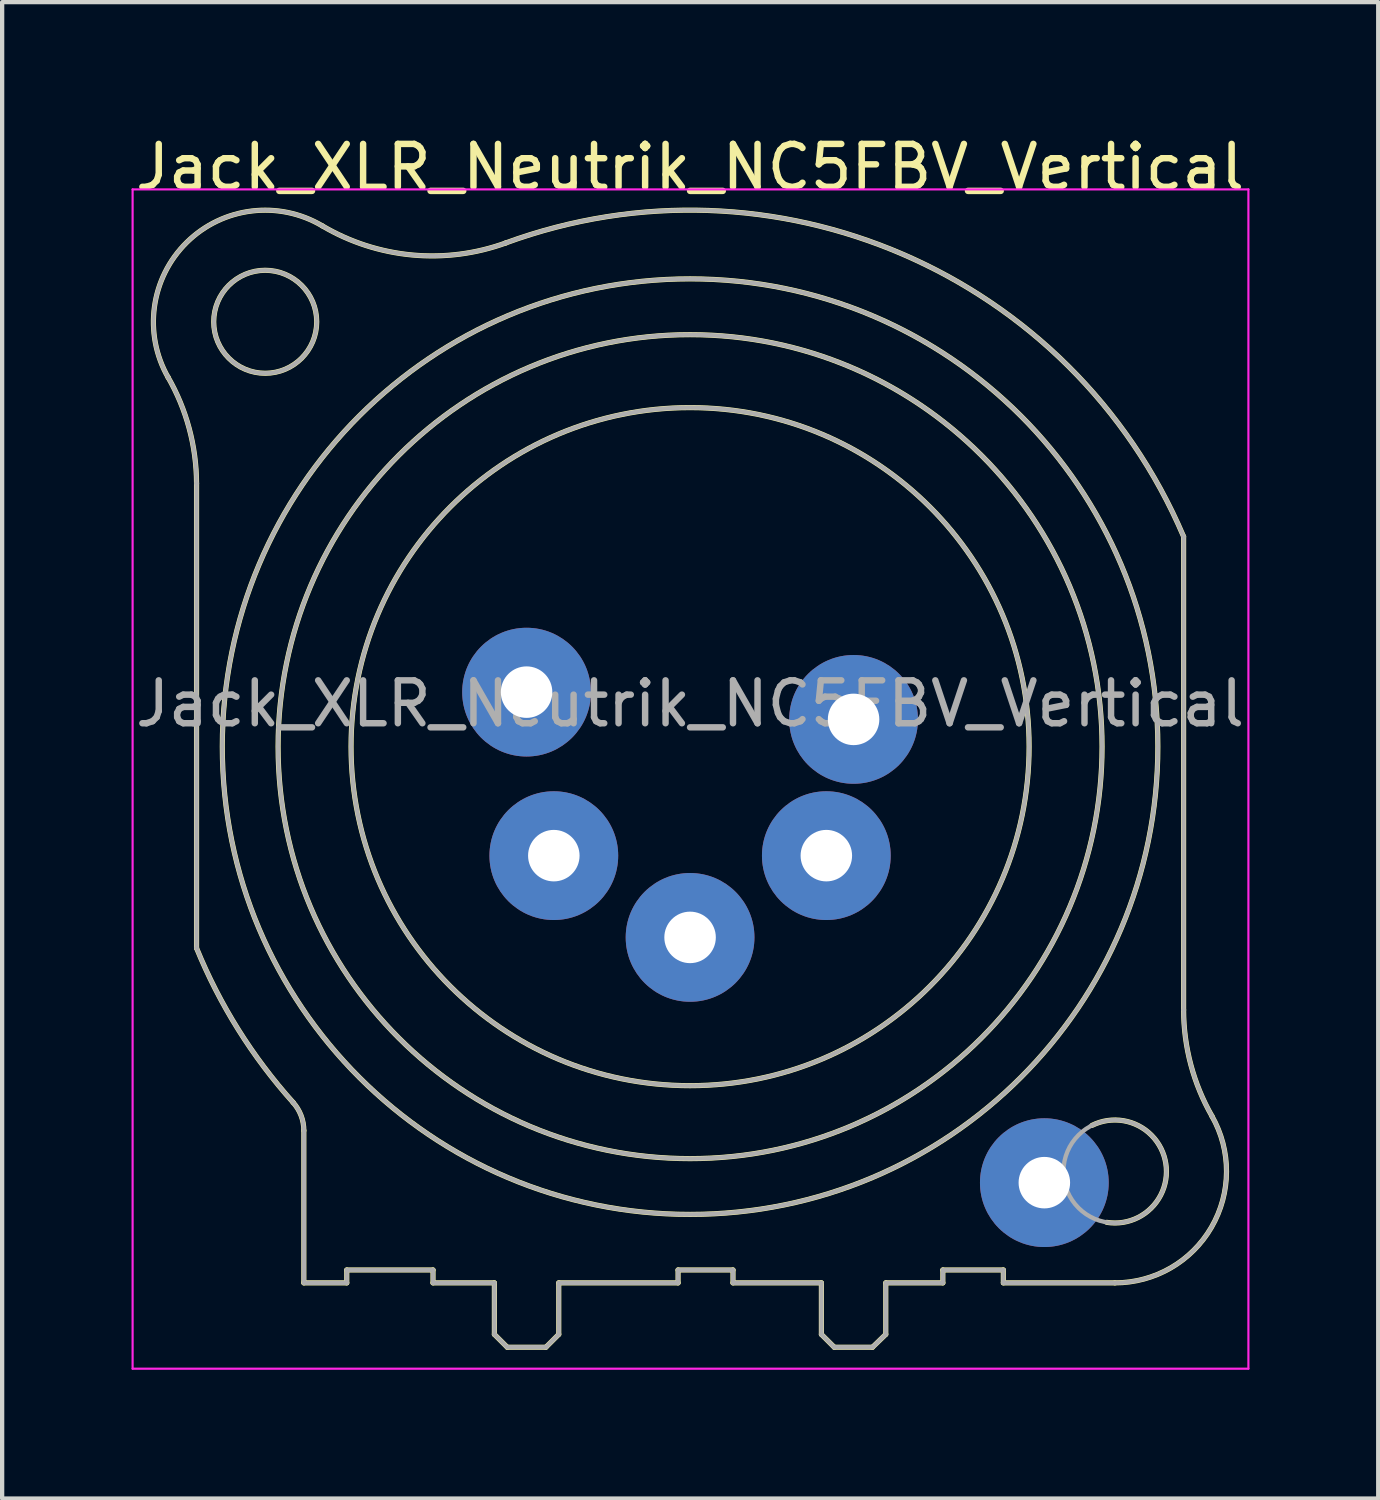
<source format=kicad_pcb>
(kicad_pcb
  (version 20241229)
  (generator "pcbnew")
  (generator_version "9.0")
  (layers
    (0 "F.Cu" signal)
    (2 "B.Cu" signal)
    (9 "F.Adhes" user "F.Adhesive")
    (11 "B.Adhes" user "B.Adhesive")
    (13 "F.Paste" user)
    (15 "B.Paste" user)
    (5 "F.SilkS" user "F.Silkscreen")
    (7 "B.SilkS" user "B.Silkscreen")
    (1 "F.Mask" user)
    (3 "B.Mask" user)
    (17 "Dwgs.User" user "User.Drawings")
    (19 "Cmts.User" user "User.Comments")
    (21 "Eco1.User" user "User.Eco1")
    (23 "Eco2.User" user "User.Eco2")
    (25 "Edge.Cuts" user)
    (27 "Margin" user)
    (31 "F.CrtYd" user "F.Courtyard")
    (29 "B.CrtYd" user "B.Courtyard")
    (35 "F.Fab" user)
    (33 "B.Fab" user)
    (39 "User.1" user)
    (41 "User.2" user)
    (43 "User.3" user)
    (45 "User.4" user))
  (footprint "Jack_XLR_Neutrik_NC5FBV_Vertical"
    (layer "F.Cu")
    (at 16.84 13.713)
    (property "Reference" "Jack_XLR_Neutrik_NC5FBV_Vertical" (at -3.81 -12.865 0) (layer "F.SilkS") (effects (font (size 1 1) (thickness 0.15))))
    (attr through_hole)
    (fp_line (start -15.31 -5.5) (end -15.31 5.33) (stroke (width 0.12) (type solid)) (layer "F.SilkS"))
    (fp_line (start -12.81 9.58) (end -12.81 13.13) (stroke (width 0.12) (type solid)) (layer "F.SilkS"))
    (fp_line (start -11.81 12.83) (end -11.81 13.13) (stroke (width 0.12) (type solid)) (layer "F.SilkS"))
    (fp_line (start -11.81 12.83) (end -9.8 12.83) (stroke (width 0.12) (type solid)) (layer "F.SilkS"))
    (fp_line (start -11.81 13.13) (end -12.81 13.13) (stroke (width 0.12) (type solid)) (layer "F.SilkS"))
    (fp_line (start -9.8 12.83) (end -9.8 13.13) (stroke (width 0.12) (type solid)) (layer "F.SilkS"))
    (fp_line (start -8.37 13.13) (end -9.8 13.13) (stroke (width 0.12) (type solid)) (layer "F.SilkS"))
    (fp_line (start -8.37 13.13) (end -8.37 14.33) (stroke (width 0.12) (type solid)) (layer "F.SilkS"))
    (fp_line (start -8.37 14.33) (end -8.07 14.63) (stroke (width 0.12) (type solid)) (layer "F.SilkS"))
    (fp_line (start -8.07 14.63) (end -7.17 14.63) (stroke (width 0.12) (type solid)) (layer "F.SilkS"))
    (fp_line (start -6.87 13.13) (end -6.87 14.33) (stroke (width 0.12) (type solid)) (layer "F.SilkS"))
    (fp_line (start -6.87 14.33) (end -7.17 14.63) (stroke (width 0.12) (type solid)) (layer "F.SilkS"))
    (fp_line (start -4.09 12.83) (end -4.09 13.13) (stroke (width 0.12) (type solid)) (layer "F.SilkS"))
    (fp_line (start -4.09 12.83) (end -2.81 12.83) (stroke (width 0.12) (type solid)) (layer "F.SilkS"))
    (fp_line (start -4.09 13.13) (end -6.87 13.13) (stroke (width 0.12) (type solid)) (layer "F.SilkS"))
    (fp_line (start -2.81 12.83) (end -2.81 13.13) (stroke (width 0.12) (type solid)) (layer "F.SilkS"))
    (fp_line (start -0.75 13.13) (end -2.81 13.13) (stroke (width 0.12) (type solid)) (layer "F.SilkS"))
    (fp_line (start -0.75 13.13) (end -0.75 14.33) (stroke (width 0.12) (type solid)) (layer "F.SilkS"))
    (fp_line (start -0.75 14.33) (end -0.45 14.63) (stroke (width 0.12) (type solid)) (layer "F.SilkS"))
    (fp_line (start -0.45 14.63) (end 0.44 14.63) (stroke (width 0.12) (type solid)) (layer "F.SilkS"))
    (fp_line (start 0.75 13.13) (end 0.75 14.33) (stroke (width 0.12) (type solid)) (layer "F.SilkS"))
    (fp_line (start 0.75 14.33) (end 0.44 14.63) (stroke (width 0.12) (type solid)) (layer "F.SilkS"))
    (fp_line (start 2.08 12.83) (end 2.08 13.13) (stroke (width 0.12) (type solid)) (layer "F.SilkS"))
    (fp_line (start 2.08 12.83) (end 3.49 12.83) (stroke (width 0.12) (type solid)) (layer "F.SilkS"))
    (fp_line (start 2.08 13.13) (end 0.75 13.13) (stroke (width 0.12) (type solid)) (layer "F.SilkS"))
    (fp_line (start 3.49 12.83) (end 3.49 13.13) (stroke (width 0.12) (type solid)) (layer "F.SilkS"))
    (fp_line (start 6.09 13.13) (end 3.49 13.13) (stroke (width 0.12) (type solid)) (layer "F.SilkS"))
    (fp_line (start 7.69 6.77) (end 7.69 -4.26) (stroke (width 0.12) (type solid)) (layer "F.SilkS"))
    (fp_arc (start -15.978065 -7.979621) (mid -15.482459 -6.783342) (end -15.31 -5.5) (stroke (width 0.12) (type solid)) (layer "F.SilkS"))
    (fp_arc (start -15.970602 -7.965327) (mid -15.537562 -11.11648) (end -12.38 -11.5) (stroke (width 0.12) (type solid)) (layer "F.SilkS"))
    (fp_arc (start -13.064011 8.921714) (mid -12.875705 9.227203) (end -12.81 9.58) (stroke (width 0.12) (type solid)) (layer "F.SilkS"))
    (fp_arc (start -13.054249 8.9318) (mid -14.337308 7.228089) (end -15.31 5.33) (stroke (width 0.12) (type solid)) (layer "F.SilkS"))
    (fp_arc (start -8.116912 -11.097925) (mid 1.152301 -10.83612) (end 7.69 -4.26) (stroke (width 0.12) (type solid)) (layer "F.SilkS"))
    (fp_arc (start -8.098974 -11.103419) (mid -10.283992 -10.821287) (end -12.38 -11.5) (stroke (width 0.12) (type solid)) (layer "F.SilkS"))
    (fp_arc (start 5.554673 9.460872) (mid 7.276356 10.353655) (end 5.9 11.72) (stroke (width 0.12) (type solid)) (layer "F.SilkS"))
    (fp_arc (start 8.348442 9.241807) (mid 8.338255 11.83589) (end 6.09 13.13) (stroke (width 0.12) (type solid)) (layer "F.SilkS"))
    (fp_arc (start 8.351797 9.24598) (mid 7.859562 8.051113) (end 7.69 6.77) (stroke (width 0.12) (type solid)) (layer "F.SilkS"))
    (fp_circle (center -13.71 -9.265) (end -12.51 -9.265) (stroke (width 0.12) (type solid)) (fill no) (layer "F.SilkS"))
    (fp_circle (center -3.81 0.635) (end 4.09 0.635) (stroke (width 0.12) (type solid)) (fill no) (layer "F.SilkS"))
    (fp_circle (center -3.81 0.635) (end 5.79 0.635) (stroke (width 0.12) (type solid)) (fill no) (layer "F.SilkS"))
    (fp_circle (center -3.81 0.635) (end 7.09 0.635) (stroke (width 0.12) (type solid)) (fill no) (layer "F.SilkS"))
    (fp_line (start -16.8 -12.35) (end 9.2 -12.35) (stroke (width 0.05) (type solid)) (layer "F.CrtYd"))
    (fp_line (start -16.8 15.13) (end -16.8 -12.35) (stroke (width 0.05) (type solid)) (layer "F.CrtYd"))
    (fp_line (start 9.2 -12.35) (end 9.2 15.13) (stroke (width 0.05) (type solid)) (layer "F.CrtYd"))
    (fp_line (start 9.2 15.13) (end -16.8 15.13) (stroke (width 0.05) (type solid)) (layer "F.CrtYd"))
    (fp_line (start -15.31 -5.5) (end -15.31 5.33) (stroke (width 0.1) (type solid)) (layer "F.Fab"))
    (fp_line (start -12.81 9.58) (end -12.81 13.13) (stroke (width 0.1) (type solid)) (layer "F.Fab"))
    (fp_line (start -11.81 12.83) (end -11.81 13.13) (stroke (width 0.1) (type solid)) (layer "F.Fab"))
    (fp_line (start -11.81 12.83) (end -9.8 12.83) (stroke (width 0.1) (type solid)) (layer "F.Fab"))
    (fp_line (start -11.81 13.13) (end -12.81 13.13) (stroke (width 0.1) (type solid)) (layer "F.Fab"))
    (fp_line (start -9.8 12.83) (end -9.8 13.13) (stroke (width 0.1) (type solid)) (layer "F.Fab"))
    (fp_line (start -8.37 13.13) (end -9.8 13.13) (stroke (width 0.1) (type solid)) (layer "F.Fab"))
    (fp_line (start -8.37 13.13) (end -8.37 14.33) (stroke (width 0.1) (type solid)) (layer "F.Fab"))
    (fp_line (start -8.37 14.33) (end -8.07 14.63) (stroke (width 0.1) (type solid)) (layer "F.Fab"))
    (fp_line (start -8.07 14.63) (end -7.17 14.63) (stroke (width 0.1) (type solid)) (layer "F.Fab"))
    (fp_line (start -6.87 13.13) (end -6.87 14.33) (stroke (width 0.1) (type solid)) (layer "F.Fab"))
    (fp_line (start -6.87 14.33) (end -7.17 14.63) (stroke (width 0.1) (type solid)) (layer "F.Fab"))
    (fp_line (start -4.09 12.83) (end -4.09 13.13) (stroke (width 0.1) (type solid)) (layer "F.Fab"))
    (fp_line (start -4.09 12.83) (end -2.81 12.83) (stroke (width 0.1) (type solid)) (layer "F.Fab"))
    (fp_line (start -4.09 13.13) (end -6.87 13.13) (stroke (width 0.1) (type solid)) (layer "F.Fab"))
    (fp_line (start -2.81 12.83) (end -2.81 13.13) (stroke (width 0.1) (type solid)) (layer "F.Fab"))
    (fp_line (start -0.75 13.13) (end -2.81 13.13) (stroke (width 0.1) (type solid)) (layer "F.Fab"))
    (fp_line (start -0.75 13.13) (end -0.75 14.33) (stroke (width 0.1) (type solid)) (layer "F.Fab"))
    (fp_line (start -0.75 14.33) (end -0.45 14.63) (stroke (width 0.1) (type solid)) (layer "F.Fab"))
    (fp_line (start -0.45 14.63) (end 0.44 14.63) (stroke (width 0.1) (type solid)) (layer "F.Fab"))
    (fp_line (start 0.75 13.13) (end 0.75 14.33) (stroke (width 0.1) (type solid)) (layer "F.Fab"))
    (fp_line (start 0.75 14.33) (end 0.44 14.63) (stroke (width 0.1) (type solid)) (layer "F.Fab"))
    (fp_line (start 2.08 12.83) (end 2.08 13.13) (stroke (width 0.1) (type solid)) (layer "F.Fab"))
    (fp_line (start 2.08 12.83) (end 3.49 12.83) (stroke (width 0.1) (type solid)) (layer "F.Fab"))
    (fp_line (start 2.08 13.13) (end 0.75 13.13) (stroke (width 0.1) (type solid)) (layer "F.Fab"))
    (fp_line (start 3.49 12.83) (end 3.49 13.13) (stroke (width 0.1) (type solid)) (layer "F.Fab"))
    (fp_line (start 6.09 13.13) (end 3.49 13.13) (stroke (width 0.1) (type solid)) (layer "F.Fab"))
    (fp_line (start 7.69 6.77) (end 7.69 -4.26) (stroke (width 0.1) (type solid)) (layer "F.Fab"))
    (fp_arc (start -15.978065 -7.979621) (mid -15.482459 -6.783342) (end -15.31 -5.5) (stroke (width 0.1) (type solid)) (layer "F.Fab"))
    (fp_arc (start -15.970602 -7.965327) (mid -15.537562 -11.11648) (end -12.38 -11.5) (stroke (width 0.1) (type solid)) (layer "F.Fab"))
    (fp_arc (start -13.064011 8.921714) (mid -12.875705 9.227203) (end -12.81 9.58) (stroke (width 0.1) (type solid)) (layer "F.Fab"))
    (fp_arc (start -13.054249 8.9318) (mid -14.337308 7.228089) (end -15.31 5.33) (stroke (width 0.1) (type solid)) (layer "F.Fab"))
    (fp_arc (start -8.116912 -11.097925) (mid 1.152301 -10.83612) (end 7.69 -4.26) (stroke (width 0.1) (type solid)) (layer "F.Fab"))
    (fp_arc (start -8.098974 -11.103419) (mid -10.283992 -10.821287) (end -12.38 -11.5) (stroke (width 0.1) (type solid)) (layer "F.Fab"))
    (fp_arc (start 8.348442 9.241807) (mid 8.338255 11.83589) (end 6.09 13.13) (stroke (width 0.1) (type solid)) (layer "F.Fab"))
    (fp_arc (start 8.351797 9.24598) (mid 7.859562 8.051113) (end 7.69 6.77) (stroke (width 0.1) (type solid)) (layer "F.Fab"))
    (fp_circle (center -13.71 -9.265) (end -12.51 -9.265) (stroke (width 0.1) (type solid)) (fill no) (layer "F.Fab"))
    (fp_circle (center -3.81 0.635) (end 4.09 0.635) (stroke (width 0.1) (type solid)) (fill no) (layer "F.Fab"))
    (fp_circle (center -3.81 0.635) (end 5.79 0.635) (stroke (width 0.1) (type solid)) (fill no) (layer "F.Fab"))
    (fp_circle (center -3.81 0.635) (end 7.09 0.635) (stroke (width 0.1) (type solid)) (fill no) (layer "F.Fab"))
    (fp_circle (center 6.09 10.535) (end 7.29 10.535) (stroke (width 0.1) (type solid)) (fill no) (layer "F.Fab"))
    (fp_text user "${REFERENCE}" (at -3.81 -0.365 0) (layer "F.Fab") (effects (font (size 1 1) (thickness 0.15))))
    (pad "1" thru_hole circle (at 0 0) (size 3 3) (drill 1.2) (layers "*.Cu" "*.Mask"))
    (pad "2" thru_hole circle (at -0.635 3.175) (size 3 3) (drill 1.2) (layers "*.Cu" "*.Mask"))
    (pad "3" thru_hole circle (at -3.81 5.08) (size 3 3) (drill 1.2) (layers "*.Cu" "*.Mask"))
    (pad "4" thru_hole circle (at -6.985 3.175) (size 3 3) (drill 1.2) (layers "*.Cu" "*.Mask"))
    (pad "5" thru_hole circle (at -7.62 -0.635) (size 3 3) (drill 1.2) (layers "*.Cu" "*.Mask"))
    (pad "G" thru_hole circle (at 4.445 10.795) (size 3 3) (drill 1.2) (layers "*.Cu" "*.Mask")))
  (gr_rect
    (start -3 -3)
    (end 29.065 31.868)
    (stroke (width 0.1) (type default))
    (fill no)
    (layer "Edge.Cuts")))
</source>
